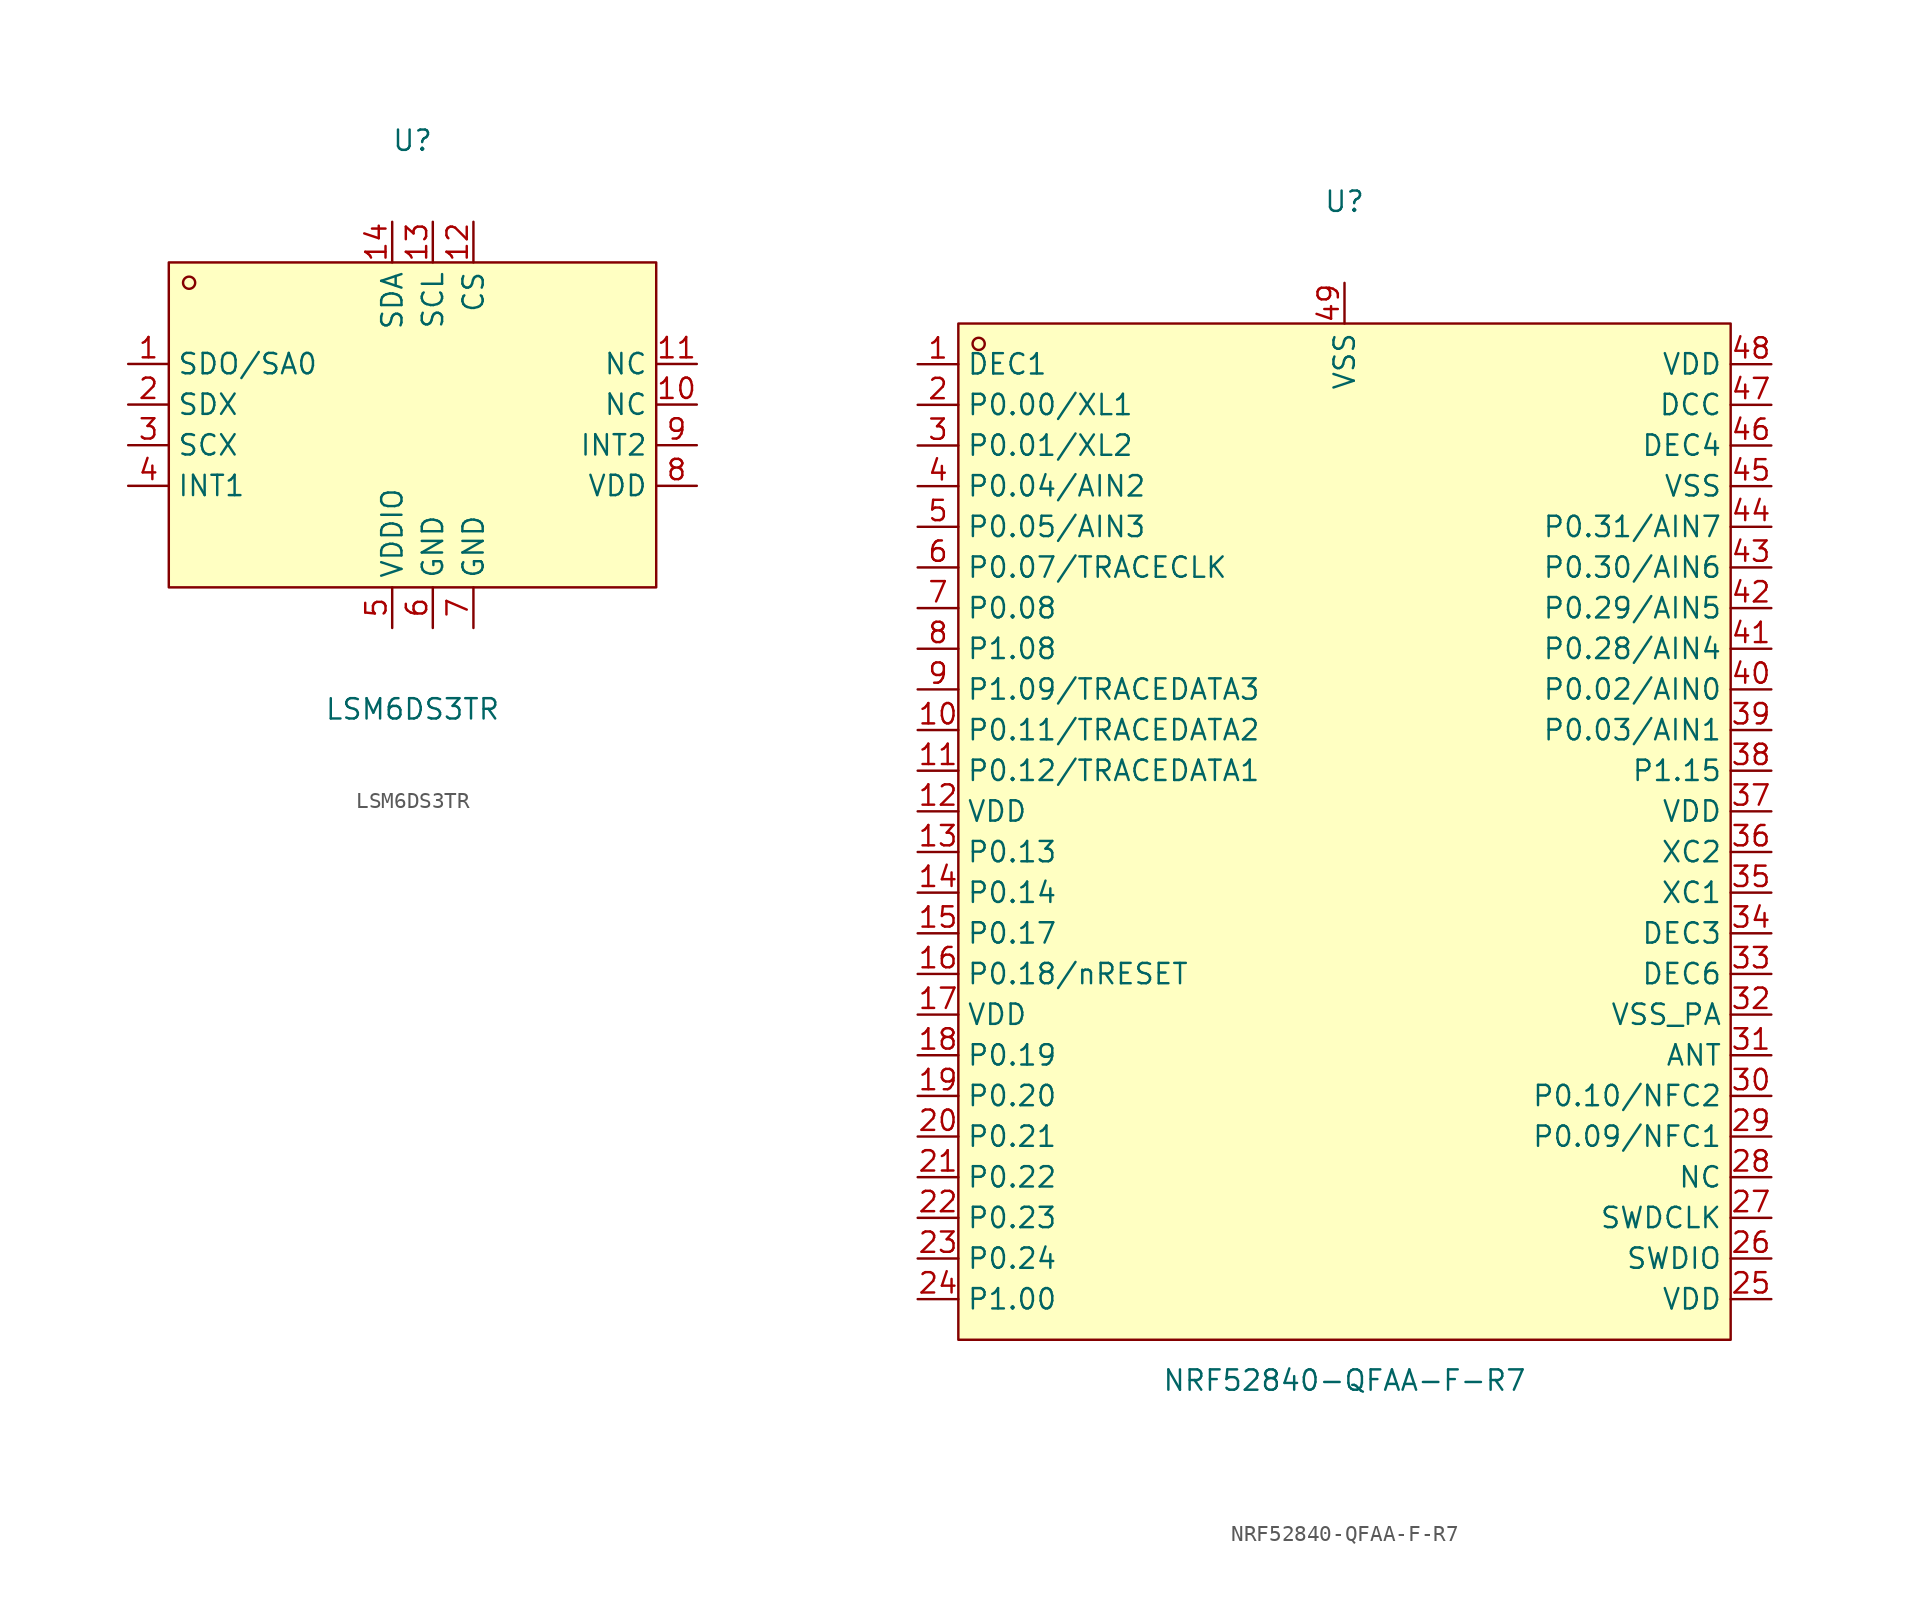
<source format=kicad_sym>
(kicad_symbol_lib
  (version 20241209)
  (generator "kicad_symbol_editor")
  (generator_version "9.0")
  (symbol "LSM6DS3TR"
    (property "Reference" "U"
      (at 0 17.78 0)
      (effects (font (size 1.27 1.27))))
    (property "Value" "LSM6DS3TR"
      (at 0 -17.78 0)
      (effects (font (size 1.27 1.27))))
    (symbol "LSM6DS3TR_0_1"
      (rectangle (start -15.24 10.16) (end 15.24 -10.16) (stroke (width 0) (type default)) (fill (type background)))
      (circle (center -13.97 8.89) (radius 0.38) (stroke (width 0) (type default)) (fill (type none)))
      (pin unspecified line (at -17.78 3.81 0) (length 2.54) (name "SDO/SA0" (effects (font (size 1.27 1.27)))) (number "1" (effects (font (size 1.27 1.27)))))
      (pin unspecified line (at -17.78 1.27 0) (length 2.54) (name "SDX" (effects (font (size 1.27 1.27)))) (number "2" (effects (font (size 1.27 1.27)))))
      (pin unspecified line (at -17.78 -1.27 0) (length 2.54) (name "SCX" (effects (font (size 1.27 1.27)))) (number "3" (effects (font (size 1.27 1.27)))))
      (pin unspecified line (at -17.78 -3.81 0) (length 2.54) (name "INT1" (effects (font (size 1.27 1.27)))) (number "4" (effects (font (size 1.27 1.27)))))
      (pin unspecified line (at -1.27 12.7 270) (length 2.54) (name "SDA" (effects (font (size 1.27 1.27)))) (number "14" (effects (font (size 1.27 1.27)))))
      (pin unspecified line (at -1.27 -12.7 90) (length 2.54) (name "VDDIO" (effects (font (size 1.27 1.27)))) (number "5" (effects (font (size 1.27 1.27)))))
      (pin unspecified line (at 1.27 12.7 270) (length 2.54) (name "SCL" (effects (font (size 1.27 1.27)))) (number "13" (effects (font (size 1.27 1.27)))))
      (pin unspecified line (at 1.27 -12.7 90) (length 2.54) (name "GND" (effects (font (size 1.27 1.27)))) (number "6" (effects (font (size 1.27 1.27)))))
      (pin unspecified line (at 3.81 12.7 270) (length 2.54) (name "CS" (effects (font (size 1.27 1.27)))) (number "12" (effects (font (size 1.27 1.27)))))
      (pin unspecified line (at 3.81 -12.7 90) (length 2.54) (name "GND" (effects (font (size 1.27 1.27)))) (number "7" (effects (font (size 1.27 1.27)))))
      (pin unspecified line (at 17.78 3.81 180) (length 2.54) (name "NC" (effects (font (size 1.27 1.27)))) (number "11" (effects (font (size 1.27 1.27)))))
      (pin unspecified line (at 17.78 1.27 180) (length 2.54) (name "NC" (effects (font (size 1.27 1.27)))) (number "10" (effects (font (size 1.27 1.27)))))
      (pin unspecified line (at 17.78 -1.27 180) (length 2.54) (name "INT2" (effects (font (size 1.27 1.27)))) (number "9" (effects (font (size 1.27 1.27)))))
      (pin unspecified line (at 17.78 -3.81 180) (length 2.54) (name "VDD" (effects (font (size 1.27 1.27)))) (number "8" (effects (font (size 1.27 1.27)))))))
  (symbol "NRF52840-QFAA-F-R7"
    (property "Reference" "U"
      (at 0 39.37 0)
      (effects (font (size 1.27 1.27))))
    (property "Value" "NRF52840-QFAA-F-R7"
      (at 0 -34.29 0)
      (effects (font (size 1.27 1.27))))
    (symbol "NRF52840-QFAA-F-R7_0_1"
      (rectangle (start -24.13 31.75) (end 24.13 -31.75) (stroke (width 0) (type default)) (fill (type background)))
      (circle (center -22.86 30.48) (radius 0.38) (stroke (width 0) (type default)) (fill (type none)))
      (pin unspecified line (at -26.67 29.21 0) (length 2.54) (name "DEC1" (effects (font (size 1.27 1.27)))) (number "1" (effects (font (size 1.27 1.27)))))
      (pin unspecified line (at -26.67 26.67 0) (length 2.54) (name "P0.00/XL1" (effects (font (size 1.27 1.27)))) (number "2" (effects (font (size 1.27 1.27)))))
      (pin unspecified line (at -26.67 24.13 0) (length 2.54) (name "P0.01/XL2" (effects (font (size 1.27 1.27)))) (number "3" (effects (font (size 1.27 1.27)))))
      (pin unspecified line (at -26.67 21.59 0) (length 2.54) (name "P0.04/AIN2" (effects (font (size 1.27 1.27)))) (number "4" (effects (font (size 1.27 1.27)))))
      (pin unspecified line (at -26.67 19.05 0) (length 2.54) (name "P0.05/AIN3" (effects (font (size 1.27 1.27)))) (number "5" (effects (font (size 1.27 1.27)))))
      (pin unspecified line (at -26.67 16.51 0) (length 2.54) (name "P0.07/TRACECLK" (effects (font (size 1.27 1.27)))) (number "6" (effects (font (size 1.27 1.27)))))
      (pin unspecified line (at -26.67 13.97 0) (length 2.54) (name "P0.08" (effects (font (size 1.27 1.27)))) (number "7" (effects (font (size 1.27 1.27)))))
      (pin unspecified line (at -26.67 11.43 0) (length 2.54) (name "P1.08" (effects (font (size 1.27 1.27)))) (number "8" (effects (font (size 1.27 1.27)))))
      (pin unspecified line (at -26.67 8.89 0) (length 2.54) (name "P1.09/TRACEDATA3" (effects (font (size 1.27 1.27)))) (number "9" (effects (font (size 1.27 1.27)))))
      (pin unspecified line (at -26.67 6.35 0) (length 2.54) (name "P0.11/TRACEDATA2" (effects (font (size 1.27 1.27)))) (number "10" (effects (font (size 1.27 1.27)))))
      (pin unspecified line (at -26.67 3.81 0) (length 2.54) (name "P0.12/TRACEDATA1" (effects (font (size 1.27 1.27)))) (number "11" (effects (font (size 1.27 1.27)))))
      (pin unspecified line (at -26.67 1.27 0) (length 2.54) (name "VDD" (effects (font (size 1.27 1.27)))) (number "12" (effects (font (size 1.27 1.27)))))
      (pin unspecified line (at -26.67 -1.27 0) (length 2.54) (name "P0.13" (effects (font (size 1.27 1.27)))) (number "13" (effects (font (size 1.27 1.27)))))
      (pin unspecified line (at -26.67 -3.81 0) (length 2.54) (name "P0.14" (effects (font (size 1.27 1.27)))) (number "14" (effects (font (size 1.27 1.27)))))
      (pin unspecified line (at -26.67 -6.35 0) (length 2.54) (name "P0.17" (effects (font (size 1.27 1.27)))) (number "15" (effects (font (size 1.27 1.27)))))
      (pin unspecified line (at -26.67 -8.89 0) (length 2.54) (name "P0.18/nRESET" (effects (font (size 1.27 1.27)))) (number "16" (effects (font (size 1.27 1.27)))))
      (pin unspecified line (at -26.67 -11.43 0) (length 2.54) (name "VDD" (effects (font (size 1.27 1.27)))) (number "17" (effects (font (size 1.27 1.27)))))
      (pin unspecified line (at -26.67 -13.97 0) (length 2.54) (name "P0.19" (effects (font (size 1.27 1.27)))) (number "18" (effects (font (size 1.27 1.27)))))
      (pin unspecified line (at -26.67 -16.51 0) (length 2.54) (name "P0.20" (effects (font (size 1.27 1.27)))) (number "19" (effects (font (size 1.27 1.27)))))
      (pin unspecified line (at -26.67 -19.05 0) (length 2.54) (name "P0.21" (effects (font (size 1.27 1.27)))) (number "20" (effects (font (size 1.27 1.27)))))
      (pin unspecified line (at -26.67 -21.59 0) (length 2.54) (name "P0.22" (effects (font (size 1.27 1.27)))) (number "21" (effects (font (size 1.27 1.27)))))
      (pin unspecified line (at -26.67 -24.13 0) (length 2.54) (name "P0.23" (effects (font (size 1.27 1.27)))) (number "22" (effects (font (size 1.27 1.27)))))
      (pin unspecified line (at -26.67 -26.67 0) (length 2.54) (name "P0.24" (effects (font (size 1.27 1.27)))) (number "23" (effects (font (size 1.27 1.27)))))
      (pin unspecified line (at -26.67 -29.21 0) (length 2.54) (name "P1.00" (effects (font (size 1.27 1.27)))) (number "24" (effects (font (size 1.27 1.27)))))
      (pin unspecified line (at 0 34.29 270) (length 2.54) (name "VSS" (effects (font (size 1.27 1.27)))) (number "49" (effects (font (size 1.27 1.27)))))
      (pin unspecified line (at 26.67 29.21 180) (length 2.54) (name "VDD" (effects (font (size 1.27 1.27)))) (number "48" (effects (font (size 1.27 1.27)))))
      (pin unspecified line (at 26.67 26.67 180) (length 2.54) (name "DCC" (effects (font (size 1.27 1.27)))) (number "47" (effects (font (size 1.27 1.27)))))
      (pin unspecified line (at 26.67 24.13 180) (length 2.54) (name "DEC4" (effects (font (size 1.27 1.27)))) (number "46" (effects (font (size 1.27 1.27)))))
      (pin unspecified line (at 26.67 21.59 180) (length 2.54) (name "VSS" (effects (font (size 1.27 1.27)))) (number "45" (effects (font (size 1.27 1.27)))))
      (pin unspecified line (at 26.67 19.05 180) (length 2.54) (name "P0.31/AIN7" (effects (font (size 1.27 1.27)))) (number "44" (effects (font (size 1.27 1.27)))))
      (pin unspecified line (at 26.67 16.51 180) (length 2.54) (name "P0.30/AIN6" (effects (font (size 1.27 1.27)))) (number "43" (effects (font (size 1.27 1.27)))))
      (pin unspecified line (at 26.67 13.97 180) (length 2.54) (name "P0.29/AIN5" (effects (font (size 1.27 1.27)))) (number "42" (effects (font (size 1.27 1.27)))))
      (pin unspecified line (at 26.67 11.43 180) (length 2.54) (name "P0.28/AIN4" (effects (font (size 1.27 1.27)))) (number "41" (effects (font (size 1.27 1.27)))))
      (pin unspecified line (at 26.67 8.89 180) (length 2.54) (name "P0.02/AIN0" (effects (font (size 1.27 1.27)))) (number "40" (effects (font (size 1.27 1.27)))))
      (pin unspecified line (at 26.67 6.35 180) (length 2.54) (name "P0.03/AIN1" (effects (font (size 1.27 1.27)))) (number "39" (effects (font (size 1.27 1.27)))))
      (pin unspecified line (at 26.67 3.81 180) (length 2.54) (name "P1.15" (effects (font (size 1.27 1.27)))) (number "38" (effects (font (size 1.27 1.27)))))
      (pin unspecified line (at 26.67 1.27 180) (length 2.54) (name "VDD" (effects (font (size 1.27 1.27)))) (number "37" (effects (font (size 1.27 1.27)))))
      (pin unspecified line (at 26.67 -1.27 180) (length 2.54) (name "XC2" (effects (font (size 1.27 1.27)))) (number "36" (effects (font (size 1.27 1.27)))))
      (pin unspecified line (at 26.67 -3.81 180) (length 2.54) (name "XC1" (effects (font (size 1.27 1.27)))) (number "35" (effects (font (size 1.27 1.27)))))
      (pin unspecified line (at 26.67 -6.35 180) (length 2.54) (name "DEC3" (effects (font (size 1.27 1.27)))) (number "34" (effects (font (size 1.27 1.27)))))
      (pin unspecified line (at 26.67 -8.89 180) (length 2.54) (name "DEC6" (effects (font (size 1.27 1.27)))) (number "33" (effects (font (size 1.27 1.27)))))
      (pin unspecified line (at 26.67 -11.43 180) (length 2.54) (name "VSS_PA" (effects (font (size 1.27 1.27)))) (number "32" (effects (font (size 1.27 1.27)))))
      (pin unspecified line (at 26.67 -13.97 180) (length 2.54) (name "ANT" (effects (font (size 1.27 1.27)))) (number "31" (effects (font (size 1.27 1.27)))))
      (pin unspecified line (at 26.67 -16.51 180) (length 2.54) (name "P0.10/NFC2" (effects (font (size 1.27 1.27)))) (number "30" (effects (font (size 1.27 1.27)))))
      (pin unspecified line (at 26.67 -19.05 180) (length 2.54) (name "P0.09/NFC1" (effects (font (size 1.27 1.27)))) (number "29" (effects (font (size 1.27 1.27)))))
      (pin unspecified line (at 26.67 -21.59 180) (length 2.54) (name "NC" (effects (font (size 1.27 1.27)))) (number "28" (effects (font (size 1.27 1.27)))))
      (pin unspecified line (at 26.67 -24.13 180) (length 2.54) (name "SWDCLK" (effects (font (size 1.27 1.27)))) (number "27" (effects (font (size 1.27 1.27)))))
      (pin unspecified line (at 26.67 -26.67 180) (length 2.54) (name "SWDIO" (effects (font (size 1.27 1.27)))) (number "26" (effects (font (size 1.27 1.27)))))
      (pin unspecified line (at 26.67 -29.21 180) (length 2.54) (name "VDD" (effects (font (size 1.27 1.27)))) (number "25" (effects (font (size 1.27 1.27))))))))
</source>
